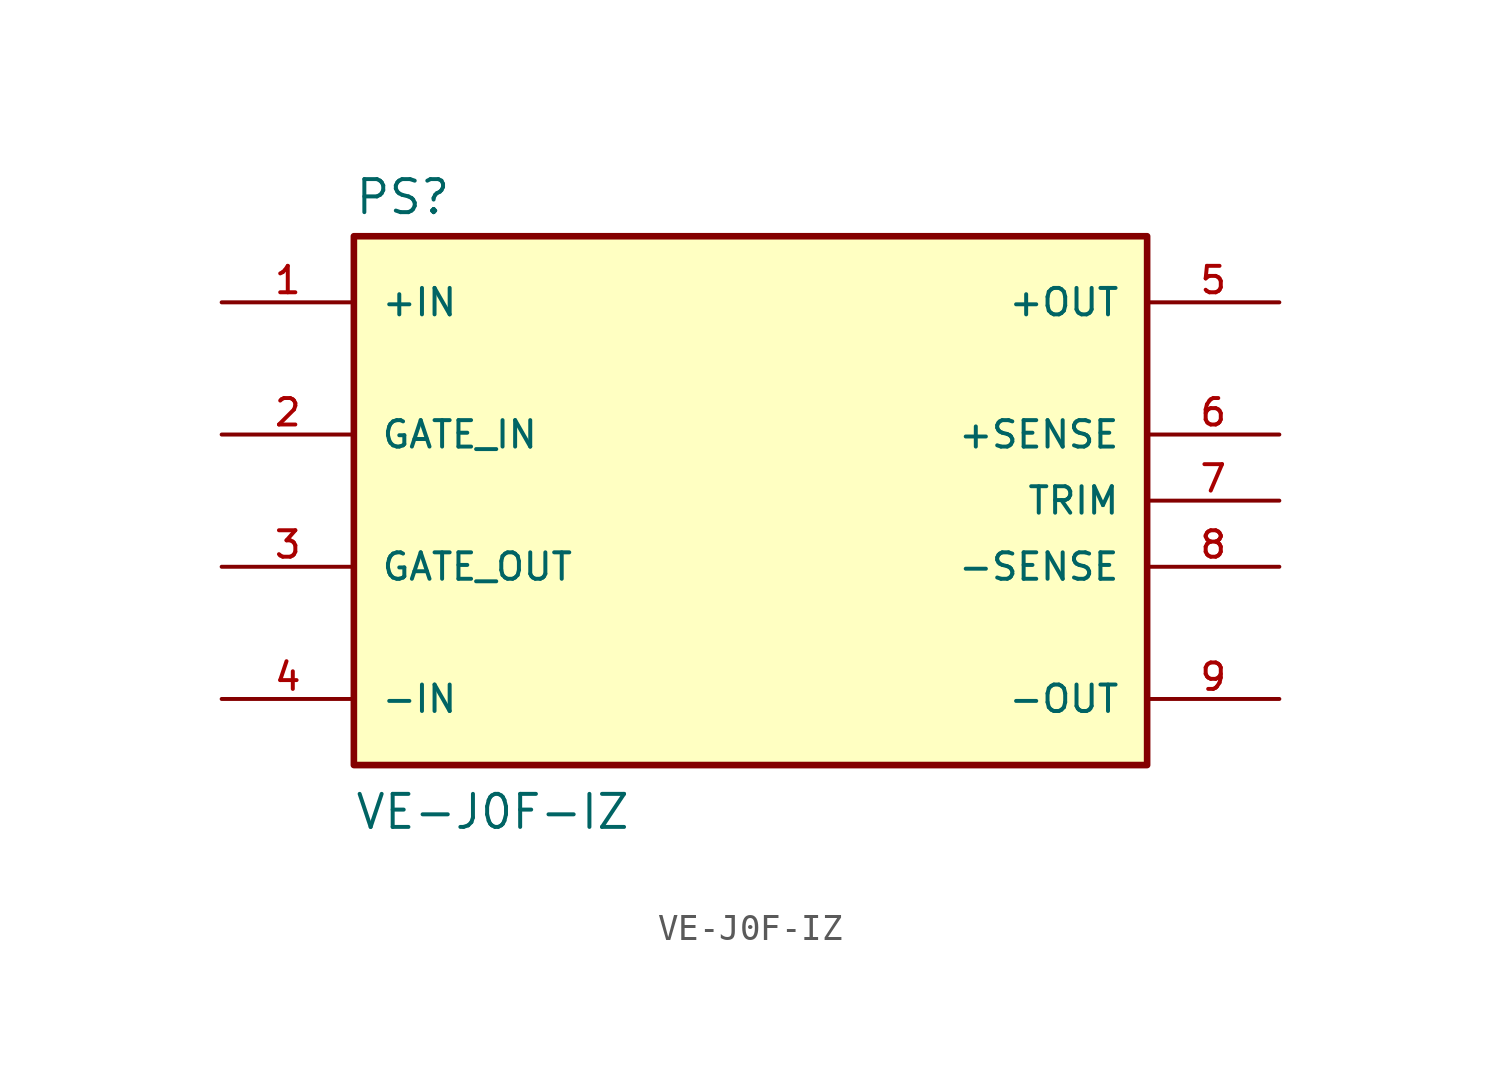
<source format=kicad_sym>
(kicad_symbol_lib
  (version 20211014)
  (generator kicad_symbol_editor)
  (symbol "VE-J0F-IZ"
    (pin_names
      (offset 1.016))
    (property "Reference" "PS"
      (at -15.24 10.922 0)
      (effects (font (size 1.27 1.27)) (justify bottom left)))
    (property "Value" "VE-J0F-IZ"
      (at -15.24 -12.7 0)
      (effects (font (size 1.27 1.27)) (justify bottom left)))
    (symbol "VE-J0F-IZ_0_0"
      (rectangle (start -15.24 -10.16) (end 15.24 10.16) (stroke (width 0.254)) (fill (type background)))
      (pin input line (at -20.32 7.62 0) (length 5.08) (name "+IN" (effects (font (size 1.016 1.016)))) (number "1" (effects (font (size 1.016 1.016)))))
      (pin input line (at -20.32 -7.62 0) (length 5.08) (name "-IN" (effects (font (size 1.016 1.016)))) (number "4" (effects (font (size 1.016 1.016)))))
      (pin input line (at -20.32 2.54 0) (length 5.08) (name "GATE_IN" (effects (font (size 1.016 1.016)))) (number "2" (effects (font (size 1.016 1.016)))))
      (pin output line (at -20.32 -2.54 0) (length 5.08) (name "GATE_OUT" (effects (font (size 1.016 1.016)))) (number "3" (effects (font (size 1.016 1.016)))))
      (pin output line (at 20.32 7.62 180.0) (length 5.08) (name "+OUT" (effects (font (size 1.016 1.016)))) (number "5" (effects (font (size 1.016 1.016)))))
      (pin input line (at 20.32 2.54 180.0) (length 5.08) (name "+SENSE" (effects (font (size 1.016 1.016)))) (number "6" (effects (font (size 1.016 1.016)))))
      (pin input line (at 20.32 0.0 180.0) (length 5.08) (name "TRIM" (effects (font (size 1.016 1.016)))) (number "7" (effects (font (size 1.016 1.016)))))
      (pin input line (at 20.32 -2.54 180.0) (length 5.08) (name "-SENSE" (effects (font (size 1.016 1.016)))) (number "8" (effects (font (size 1.016 1.016)))))
      (pin output line (at 20.32 -7.62 180.0) (length 5.08) (name "-OUT" (effects (font (size 1.016 1.016)))) (number "9" (effects (font (size 1.016 1.016))))))))
</source>
